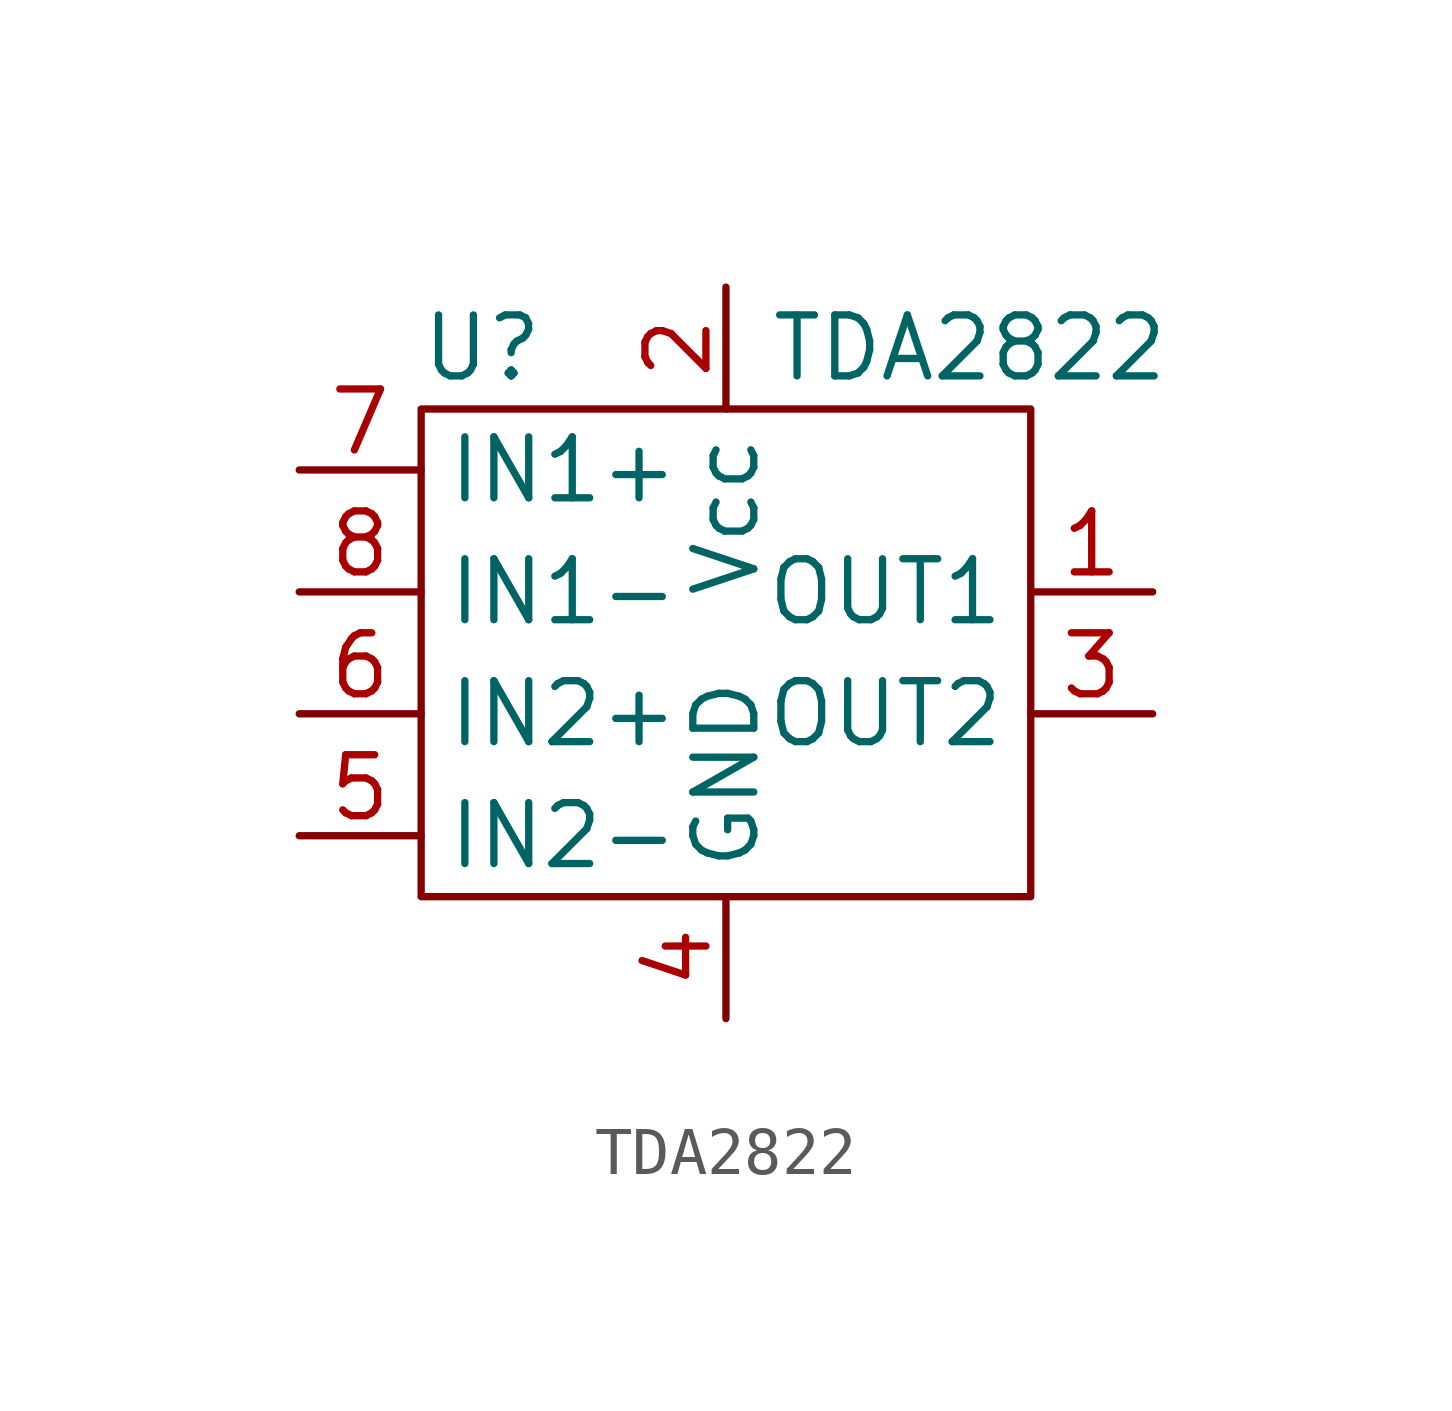
<source format=kicad_sym>
(kicad_symbol_lib
  (version 20211014)
  (generator kicad_symbol_editor)
  (symbol "TDA2822"
    (property "Reference" "U"
      (at -5.08 6.35 0)
      (effects (font (size 1.27 1.27))))
    (property "Value" "TDA2822"
      (at 5.08 6.35 0)
      (effects (font (size 1.27 1.27))))
    (symbol "TDA2822_0_1"
      (rectangle (start -6.35 5.08) (end 6.35 -5.08) (stroke (width 0) (type default) (color 0 0 0 0)) (fill (type none))))
    (symbol "TDA2822_1_1"
      (pin output line (at 8.89 1.27 180) (length 2.54) (name "OUT1" (effects (font (size 1.27 1.27)))) (number "1" (effects (font (size 1.27 1.27)))))
      (pin power_in line (at 0 7.62 270) (length 2.54) (name "Vcc" (effects (font (size 1.27 1.27)))) (number "2" (effects (font (size 1.27 1.27)))))
      (pin output line (at 8.89 -1.27 180) (length 2.54) (name "OUT2" (effects (font (size 1.27 1.27)))) (number "3" (effects (font (size 1.27 1.27)))))
      (pin power_in line (at 0 -7.62 90) (length 2.54) (name "GND" (effects (font (size 1.27 1.27)))) (number "4" (effects (font (size 1.27 1.27)))))
      (pin input line (at -8.89 -3.81 0) (length 2.54) (name "IN2-" (effects (font (size 1.27 1.27)))) (number "5" (effects (font (size 1.27 1.27)))))
      (pin input line (at -8.89 -1.27 0) (length 2.54) (name "IN2+" (effects (font (size 1.27 1.27)))) (number "6" (effects (font (size 1.27 1.27)))))
      (pin input line (at -8.89 3.81 0) (length 2.54) (name "IN1+" (effects (font (size 1.27 1.27)))) (number "7" (effects (font (size 1.27 1.27)))))
      (pin input line (at -8.89 1.27 0) (length 2.54) (name "IN1-" (effects (font (size 1.27 1.27)))) (number "8" (effects (font (size 1.27 1.27))))))))
</source>
